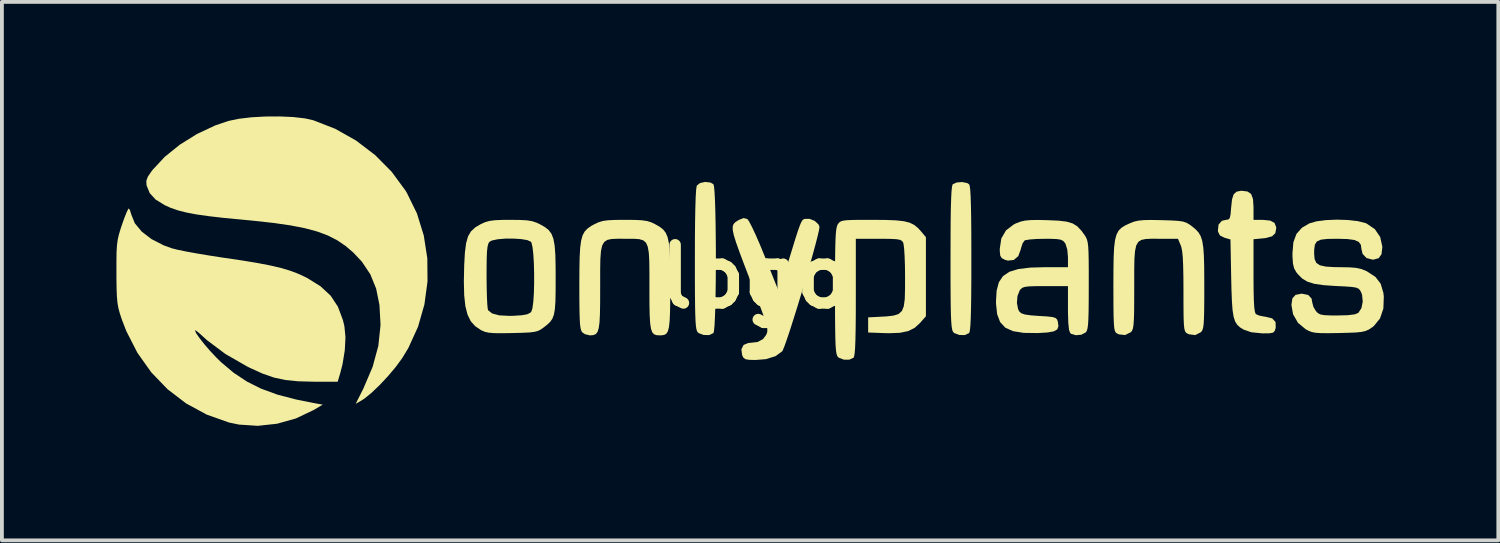
<source format=kicad_pcb>
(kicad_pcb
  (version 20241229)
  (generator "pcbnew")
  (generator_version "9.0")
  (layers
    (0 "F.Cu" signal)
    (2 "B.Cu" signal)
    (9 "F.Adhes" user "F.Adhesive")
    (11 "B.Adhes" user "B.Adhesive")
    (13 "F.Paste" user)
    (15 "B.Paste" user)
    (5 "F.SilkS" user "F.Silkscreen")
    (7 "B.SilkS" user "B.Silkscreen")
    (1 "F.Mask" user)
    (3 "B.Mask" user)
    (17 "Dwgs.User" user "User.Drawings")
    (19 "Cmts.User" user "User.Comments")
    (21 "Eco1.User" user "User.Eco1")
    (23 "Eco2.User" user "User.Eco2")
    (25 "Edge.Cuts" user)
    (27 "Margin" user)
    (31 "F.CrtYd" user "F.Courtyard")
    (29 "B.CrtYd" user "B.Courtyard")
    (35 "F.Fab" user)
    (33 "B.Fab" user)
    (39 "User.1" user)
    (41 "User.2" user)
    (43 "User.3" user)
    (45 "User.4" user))
  (footprint "logo"
    (layer "F.Cu")
    (at 16.74 4.197)
    (property "Reference" "logo" (at 0 0 0) (layer "F.SilkS") (effects (font (size 1.524 1.524) (thickness 0.3))))
    (attr board_only exclude_from_pos_files exclude_from_bom)
    (fp_poly (pts (xy -1.181 -2.466) (xy -1.101 -2.421) (xy -1.085 -2.356) (xy -1.071 -2.206) (xy -1.06 -1.983) (xy -1.051 -1.701) (xy -1.044 -1.373) (xy -1.04 -1.013) (xy -1.037 -0.634) (xy -1.038 -0.249) (xy -1.04 0.128) (xy -1.045 0.484) (xy -1.052 0.806) (xy -1.062 1.079) (xy -1.073 1.292) (xy -1.088 1.43) (xy -1.101 1.478) (xy -1.212 1.53) (xy -1.357 1.529) (xy -1.485 1.48) (xy -1.51 1.46) (xy -1.53 1.429) (xy -1.547 1.377) (xy -1.56 1.292) (xy -1.57 1.166) (xy -1.577 0.989) (xy -1.582 0.752) (xy -1.585 0.445) (xy -1.587 0.058) (xy -1.587 -0.418) (xy -1.587 -0.453) (xy -1.586 -0.981) (xy -1.582 -1.431) (xy -1.575 -1.8) (xy -1.566 -2.083) (xy -1.554 -2.277) (xy -1.539 -2.376) (xy -1.536 -2.385) (xy -1.451 -2.453) (xy -1.318 -2.481)) (stroke (width 0) (type solid)) (fill yes) (layer "F.SilkS"))
    (fp_poly (pts (xy 5.546 -2.452) (xy 5.596 -2.421) (xy 5.612 -2.377) (xy 5.626 -2.276) (xy 5.636 -2.111) (xy 5.644 -1.876) (xy 5.65 -1.565) (xy 5.654 -1.17) (xy 5.655 -0.685) (xy 5.655 -0.471) (xy 5.655 0.05) (xy 5.652 0.479) (xy 5.647 0.822) (xy 5.64 1.086) (xy 5.63 1.277) (xy 5.618 1.402) (xy 5.603 1.468) (xy 5.596 1.478) (xy 5.485 1.53) (xy 5.34 1.529) (xy 5.212 1.48) (xy 5.188 1.46) (xy 5.167 1.43) (xy 5.151 1.377) (xy 5.138 1.293) (xy 5.128 1.168) (xy 5.12 0.993) (xy 5.115 0.758) (xy 5.112 0.453) (xy 5.11 0.069) (xy 5.11 -0.402) (xy 5.11 -0.49) (xy 5.111 -1.009) (xy 5.113 -1.435) (xy 5.118 -1.776) (xy 5.126 -2.037) (xy 5.135 -2.226) (xy 5.148 -2.348) (xy 5.163 -2.412) (xy 5.169 -2.421) (xy 5.272 -2.467) (xy 5.414 -2.478)) (stroke (width 0) (type solid)) (fill yes) (layer "F.SilkS"))
    (fp_poly (pts (xy 12.892 -2.23) (xy 12.985 -2.164) (xy 13.033 -2.033) (xy 13.047 -1.823) (xy 13.047 -1.805) (xy 13.047 -1.488) (xy 13.285 -1.488) (xy 13.482 -1.469) (xy 13.597 -1.408) (xy 13.641 -1.297) (xy 13.642 -1.268) (xy 13.617 -1.137) (xy 13.533 -1.057) (xy 13.375 -1.013) (xy 13.301 -1.004) (xy 13.047 -0.98) (xy 13.047 -0.025) (xy 13.049 0.335) (xy 13.055 0.606) (xy 13.066 0.796) (xy 13.082 0.917) (xy 13.104 0.977) (xy 13.11 0.982) (xy 13.198 1.02) (xy 13.335 1.047) (xy 13.365 1.051) (xy 13.537 1.094) (xy 13.624 1.188) (xy 13.629 1.336) (xy 13.624 1.357) (xy 13.599 1.429) (xy 13.555 1.468) (xy 13.464 1.484) (xy 13.302 1.486) (xy 13.282 1.486) (xy 12.99 1.457) (xy 12.797 1.391) (xy 12.698 1.332) (xy 12.623 1.265) (xy 12.566 1.176) (xy 12.526 1.052) (xy 12.498 0.879) (xy 12.481 0.644) (xy 12.469 0.334) (xy 12.462 0.021) (xy 12.443 -0.974) (xy 12.286 -1.02) (xy 12.168 -1.078) (xy 12.118 -1.175) (xy 12.114 -1.206) (xy 12.131 -1.364) (xy 12.218 -1.463) (xy 12.328 -1.488) (xy 12.389 -1.497) (xy 12.426 -1.538) (xy 12.446 -1.632) (xy 12.46 -1.803) (xy 12.461 -1.811) (xy 12.484 -2.025) (xy 12.527 -2.157) (xy 12.602 -2.226) (xy 12.719 -2.249) (xy 12.745 -2.249)) (stroke (width 0) (type solid)) (fill yes) (layer "F.SilkS"))
    (fp_poly (pts (xy -12.107 -4.181) (xy -11.797 -4.145) (xy -11.584 -4.097) (xy -11.006 -3.872) (xy -10.461 -3.564) (xy -9.965 -3.186) (xy -9.531 -2.749) (xy -9.173 -2.262) (xy -9.135 -2.201) (xy -8.868 -1.656) (xy -8.689 -1.079) (xy -8.596 -0.48) (xy -8.591 0.126) (xy -8.672 0.728) (xy -8.839 1.312) (xy -9.092 1.867) (xy -9.256 2.138) (xy -9.423 2.365) (xy -9.625 2.605) (xy -9.843 2.838) (xy -10.055 3.041) (xy -10.242 3.193) (xy -10.316 3.241) (xy -10.473 3.333) (xy -10.272 2.933) (xy -10.029 2.364) (xy -9.879 1.812) (xy -9.823 1.282) (xy -9.823 1.237) (xy -9.85 0.74) (xy -9.937 0.312) (xy -10.089 -0.061) (xy -10.31 -0.392) (xy -10.536 -0.632) (xy -10.74 -0.806) (xy -10.957 -0.953) (xy -11.199 -1.077) (xy -11.477 -1.181) (xy -11.803 -1.269) (xy -12.189 -1.344) (xy -12.646 -1.409) (xy -13.185 -1.468) (xy -13.435 -1.492) (xy -13.92 -1.538) (xy -14.319 -1.584) (xy -14.646 -1.63) (xy -14.912 -1.681) (xy -15.132 -1.737) (xy -15.319 -1.802) (xy -15.476 -1.873) (xy -15.715 -2.021) (xy -15.868 -2.188) (xy -15.949 -2.387) (xy -15.952 -2.406) (xy -15.957 -2.509) (xy -15.919 -2.615) (xy -15.826 -2.753) (xy -15.794 -2.795) (xy -15.474 -3.139) (xy -15.078 -3.458) (xy -14.63 -3.737) (xy -14.153 -3.961) (xy -13.813 -4.077) (xy -13.542 -4.134) (xy -13.209 -4.174) (xy -12.84 -4.195) (xy -12.464 -4.197)) (stroke (width 0) (type solid)) (fill yes) (layer "F.SilkS"))
    (fp_poly (pts (xy -0.217 -1.511) (xy -0.211 -1.508) (xy -0.167 -1.446) (xy -0.094 -1.307) (xy 0.000354 -1.106) (xy 0.11 -0.856) (xy 0.226 -0.573) (xy 0.247 -0.522) (xy 0.619 0.41) (xy 0.76 -0.056) (xy 0.882 -0.461) (xy 0.98 -0.781) (xy 1.056 -1.027) (xy 1.115 -1.208) (xy 1.161 -1.336) (xy 1.196 -1.419) (xy 1.225 -1.469) (xy 1.251 -1.496) (xy 1.278 -1.509) (xy 1.29 -1.513) (xy 1.42 -1.514) (xy 1.554 -1.459) (xy 1.652 -1.368) (xy 1.677 -1.306) (xy 1.667 -1.228) (xy 1.631 -1.07) (xy 1.573 -0.845) (xy 1.498 -0.569) (xy 1.408 -0.255) (xy 1.31 0.084) (xy 1.206 0.432) (xy 1.102 0.775) (xy 1 1.1) (xy 0.907 1.393) (xy 0.825 1.638) (xy 0.759 1.823) (xy 0.714 1.933) (xy 0.701 1.954) (xy 0.526 2.083) (xy 0.275 2.161) (xy 0.000365 2.183) (xy -0.168 2.179) (xy -0.265 2.162) (xy -0.318 2.12) (xy -0.349 2.056) (xy -0.369 1.902) (xy -0.311 1.789) (xy -0.187 1.737) (xy -0.159 1.736) (xy 0.054 1.712) (xy 0.198 1.636) (xy 0.279 1.527) (xy 0.3 1.481) (xy 0.311 1.432) (xy 0.31 1.369) (xy 0.292 1.28) (xy 0.255 1.154) (xy 0.196 0.98) (xy 0.11 0.747) (xy -0.005 0.444) (xy -0.151 0.06) (xy -0.303 -0.336) (xy -0.421 -0.651) (xy -0.508 -0.895) (xy -0.565 -1.078) (xy -0.594 -1.212) (xy -0.597 -1.307) (xy -0.576 -1.373) (xy -0.533 -1.422) (xy -0.47 -1.465) (xy -0.43 -1.488) (xy -0.311 -1.535)) (stroke (width 0) (type solid)) (fill yes) (layer "F.SilkS"))
    (fp_poly (pts (xy 3.41 -1.485) (xy 3.681 -1.475) (xy 3.886 -1.452) (xy 4.039 -1.414) (xy 4.156 -1.356) (xy 4.255 -1.276) (xy 4.331 -1.194) (xy 4.465 -1.034) (xy 4.465 1.038) (xy 4.311 1.213) (xy 4.17 1.342) (xy 4.002 1.426) (xy 3.786 1.471) (xy 3.503 1.482) (xy 3.373 1.479) (xy 2.952 1.463) (xy 2.952 1.067) (xy 3.2 1.054) (xy 3.443 1.041) (xy 3.624 1.019) (xy 3.752 0.976) (xy 3.837 0.898) (xy 3.886 0.773) (xy 3.911 0.587) (xy 3.918 0.326) (xy 3.919 0.018) (xy 3.916 -0.28) (xy 3.907 -0.538) (xy 3.894 -0.739) (xy 3.877 -0.866) (xy 3.868 -0.896) (xy 3.837 -0.937) (xy 3.785 -0.965) (xy 3.694 -0.981) (xy 3.546 -0.989) (xy 3.323 -0.992) (xy 3.223 -0.992) (xy 2.629 -0.992) (xy 2.629 0.536) (xy 2.628 1.004) (xy 2.624 1.381) (xy 2.618 1.672) (xy 2.609 1.886) (xy 2.596 2.028) (xy 2.58 2.106) (xy 2.57 2.123) (xy 2.459 2.175) (xy 2.314 2.174) (xy 2.186 2.125) (xy 2.162 2.105) (xy 2.14 2.073) (xy 2.123 2.018) (xy 2.109 1.929) (xy 2.099 1.798) (xy 2.092 1.613) (xy 2.088 1.364) (xy 2.085 1.042) (xy 2.084 0.636) (xy 2.084 0.38) (xy 2.084 -0.078) (xy 2.086 -0.447) (xy 2.09 -0.737) (xy 2.096 -0.959) (xy 2.105 -1.122) (xy 2.117 -1.237) (xy 2.133 -1.315) (xy 2.152 -1.365) (xy 2.161 -1.378) (xy 2.194 -1.419) (xy 2.236 -1.448) (xy 2.304 -1.468) (xy 2.413 -1.48) (xy 2.579 -1.486) (xy 2.816 -1.488) (xy 3.055 -1.488)) (stroke (width 0) (type solid)) (fill yes) (layer "F.SilkS"))
    (fp_poly (pts (xy -3.162 -1.486) (xy -2.977 -1.477) (xy -2.842 -1.457) (xy -2.733 -1.424) (xy -2.63 -1.375) (xy -2.513 -1.309) (xy -2.422 -1.239) (xy -2.353 -1.153) (xy -2.303 -1.039) (xy -2.269 -0.884) (xy -2.248 -0.676) (xy -2.237 -0.401) (xy -2.233 -0.048) (xy -2.232 0.231) (xy -2.233 0.625) (xy -2.238 0.931) (xy -2.248 1.159) (xy -2.266 1.322) (xy -2.294 1.43) (xy -2.335 1.495) (xy -2.391 1.527) (xy -2.464 1.537) (xy -2.505 1.538) (xy -2.59 1.533) (xy -2.655 1.511) (xy -2.703 1.459) (xy -2.736 1.368) (xy -2.758 1.224) (xy -2.771 1.018) (xy -2.777 0.737) (xy -2.778 0.369) (xy -2.778 0.305) (xy -2.778 -0.087) (xy -2.781 -0.391) (xy -2.793 -0.618) (xy -2.82 -0.78) (xy -2.866 -0.887) (xy -2.938 -0.95) (xy -3.042 -0.982) (xy -3.181 -0.992) (xy -3.363 -0.992) (xy -3.423 -0.992) (xy -3.618 -0.993) (xy -3.769 -0.986) (xy -3.882 -0.962) (xy -3.962 -0.908) (xy -4.016 -0.815) (xy -4.047 -0.67) (xy -4.063 -0.462) (xy -4.068 -0.181) (xy -4.068 0.185) (xy -4.068 0.305) (xy -4.069 0.686) (xy -4.074 0.98) (xy -4.085 1.197) (xy -4.106 1.349) (xy -4.137 1.448) (xy -4.183 1.505) (xy -4.245 1.531) (xy -4.327 1.538) (xy -4.341 1.538) (xy -4.468 1.506) (xy -4.536 1.46) (xy -4.561 1.422) (xy -4.58 1.357) (xy -4.595 1.254) (xy -4.604 1.1) (xy -4.61 0.882) (xy -4.613 0.589) (xy -4.614 0.231) (xy -4.612 -0.18) (xy -4.606 -0.504) (xy -4.592 -0.754) (xy -4.567 -0.943) (xy -4.528 -1.083) (xy -4.472 -1.185) (xy -4.395 -1.264) (xy -4.296 -1.332) (xy -4.216 -1.375) (xy -4.11 -1.425) (xy -4.001 -1.458) (xy -3.865 -1.477) (xy -3.678 -1.486) (xy -3.423 -1.488)) (stroke (width 0) (type solid)) (fill yes) (layer "F.SilkS"))
    (fp_poly (pts (xy 10.637 -1.48) (xy 10.894 -1.472) (xy 11.074 -1.461) (xy 11.198 -1.443) (xy 11.289 -1.413) (xy 11.367 -1.368) (xy 11.432 -1.321) (xy 11.53 -1.24) (xy 11.606 -1.158) (xy 11.663 -1.061) (xy 11.704 -0.935) (xy 11.731 -0.767) (xy 11.747 -0.545) (xy 11.755 -0.254) (xy 11.757 0.118) (xy 11.757 0.264) (xy 11.757 0.626) (xy 11.754 0.902) (xy 11.749 1.105) (xy 11.74 1.248) (xy 11.726 1.343) (xy 11.706 1.404) (xy 11.68 1.443) (xy 11.667 1.456) (xy 11.521 1.531) (xy 11.358 1.51) (xy 11.308 1.487) (xy 11.276 1.464) (xy 11.252 1.426) (xy 11.235 1.361) (xy 11.223 1.254) (xy 11.216 1.093) (xy 11.213 0.864) (xy 11.212 0.555) (xy 11.212 0.394) (xy 11.21 0.012) (xy 11.204 -0.284) (xy 11.194 -0.505) (xy 11.178 -0.664) (xy 11.156 -0.775) (xy 11.14 -0.82) (xy 11.068 -0.992) (xy 10.572 -0.992) (xy 10.375 -0.993) (xy 10.223 -0.986) (xy 10.109 -0.962) (xy 10.028 -0.909) (xy 9.974 -0.815) (xy 9.943 -0.67) (xy 9.927 -0.463) (xy 9.922 -0.181) (xy 9.922 0.185) (xy 9.922 0.301) (xy 9.921 0.657) (xy 9.919 0.927) (xy 9.913 1.124) (xy 9.903 1.261) (xy 9.889 1.352) (xy 9.868 1.41) (xy 9.84 1.448) (xy 9.831 1.456) (xy 9.683 1.53) (xy 9.517 1.511) (xy 9.463 1.484) (xy 9.436 1.461) (xy 9.415 1.419) (xy 9.399 1.345) (xy 9.389 1.229) (xy 9.382 1.058) (xy 9.378 0.82) (xy 9.377 0.503) (xy 9.376 0.233) (xy 9.378 -0.184) (xy 9.383 -0.514) (xy 9.396 -0.769) (xy 9.42 -0.961) (xy 9.458 -1.102) (xy 9.512 -1.204) (xy 9.587 -1.28) (xy 9.685 -1.341) (xy 9.803 -1.396) (xy 9.914 -1.44) (xy 10.03 -1.467) (xy 10.175 -1.481) (xy 10.371 -1.485)) (stroke (width 0) (type solid)) (fill yes) (layer "F.SilkS"))
    (fp_poly (pts (xy -16.386 -1.743) (xy -16.354 -1.639) (xy -16.352 -1.629) (xy -16.258 -1.398) (xy -16.077 -1.18) (xy -15.822 -0.984) (xy -15.505 -0.821) (xy -15.287 -0.742) (xy -15.141 -0.705) (xy -14.917 -0.659) (xy -14.636 -0.608) (xy -14.318 -0.555) (xy -13.984 -0.503) (xy -13.923 -0.494) (xy -13.435 -0.422) (xy -13.033 -0.355) (xy -12.701 -0.291) (xy -12.426 -0.226) (xy -12.193 -0.157) (xy -11.988 -0.08) (xy -11.798 0.008) (xy -11.744 0.035) (xy -11.393 0.253) (xy -11.128 0.499) (xy -10.937 0.789) (xy -10.806 1.14) (xy -10.768 1.3) (xy -10.74 1.587) (xy -10.758 1.93) (xy -10.818 2.298) (xy -10.878 2.53) (xy -10.944 2.753) (xy -11.586 2.752) (xy -11.986 2.741) (xy -12.32 2.707) (xy -12.619 2.642) (xy -12.917 2.538) (xy -13.244 2.389) (xy -13.32 2.351) (xy -13.884 2.027) (xy -14.362 1.669) (xy -14.498 1.546) (xy -14.602 1.453) (xy -14.67 1.406) (xy -14.684 1.406) (xy -14.652 1.481) (xy -14.565 1.607) (xy -14.439 1.767) (xy -14.289 1.942) (xy -14.13 2.112) (xy -13.996 2.243) (xy -13.668 2.519) (xy -13.324 2.747) (xy -12.949 2.935) (xy -12.524 3.09) (xy -12.031 3.219) (xy -11.559 3.313) (xy -11.336 3.353) (xy -11.578 3.496) (xy -12.039 3.715) (xy -12.532 3.853) (xy -13.037 3.908) (xy -13.533 3.875) (xy -13.791 3.821) (xy -14.375 3.614) (xy -14.913 3.322) (xy -15.399 2.951) (xy -15.827 2.507) (xy -16.19 1.996) (xy -16.482 1.425) (xy -16.601 1.116) (xy -16.652 0.96) (xy -16.689 0.823) (xy -16.713 0.683) (xy -16.728 0.519) (xy -16.736 0.307) (xy -16.74 0.027) (xy -16.74 -0.099) (xy -16.74 -0.408) (xy -16.737 -0.64) (xy -16.726 -0.818) (xy -16.707 -0.965) (xy -16.676 -1.102) (xy -16.631 -1.252) (xy -16.598 -1.352) (xy -16.531 -1.541) (xy -16.472 -1.689) (xy -16.43 -1.774) (xy -16.418 -1.786)) (stroke (width 0) (type solid)) (fill yes) (layer "F.SilkS"))
    (fp_poly (pts (xy -6.168 -1.485) (xy -5.984 -1.475) (xy -5.848 -1.452) (xy -5.734 -1.414) (xy -5.655 -1.377) (xy -5.521 -1.302) (xy -5.419 -1.222) (xy -5.344 -1.123) (xy -5.293 -0.99) (xy -5.26 -0.81) (xy -5.242 -0.569) (xy -5.235 -0.252) (xy -5.234 0.025) (xy -5.235 0.377) (xy -5.24 0.646) (xy -5.254 0.846) (xy -5.279 0.992) (xy -5.319 1.1) (xy -5.377 1.184) (xy -5.459 1.261) (xy -5.54 1.325) (xy -5.619 1.382) (xy -5.695 1.421) (xy -5.789 1.446) (xy -5.92 1.462) (xy -6.11 1.471) (xy -6.371 1.478) (xy -6.647 1.482) (xy -6.845 1.48) (xy -6.986 1.468) (xy -7.089 1.445) (xy -7.175 1.408) (xy -7.193 1.399) (xy -7.343 1.297) (xy -7.458 1.168) (xy -7.542 0.997) (xy -7.599 0.775) (xy -7.63 0.489) (xy -7.639 0.128) (xy -7.636 -0.009) (xy -7.044 -0.009) (xy -7.041 0.271) (xy -7.035 0.517) (xy -7.026 0.713) (xy -7.014 0.84) (xy -7.005 0.878) (xy -6.899 0.964) (xy -6.713 1.014) (xy -6.439 1.028) (xy -6.33 1.025) (xy -6.118 1.011) (xy -5.983 0.987) (xy -5.903 0.949) (xy -5.871 0.916) (xy -5.842 0.826) (xy -5.82 0.66) (xy -5.805 0.438) (xy -5.798 0.182) (xy -5.798 -0.087) (xy -5.805 -0.35) (xy -5.819 -0.585) (xy -5.84 -0.771) (xy -5.868 -0.889) (xy -5.882 -0.914) (xy -5.976 -0.957) (xy -6.139 -0.984) (xy -6.342 -0.997) (xy -6.557 -0.996) (xy -6.753 -0.979) (xy -6.902 -0.948) (xy -6.967 -0.914) (xy -6.996 -0.869) (xy -7.017 -0.793) (xy -7.032 -0.671) (xy -7.04 -0.489) (xy -7.043 -0.233) (xy -7.044 -0.009) (xy -7.636 -0.009) (xy -7.63 -0.297) (xy -7.612 -0.625) (xy -7.581 -0.872) (xy -7.53 -1.054) (xy -7.452 -1.187) (xy -7.341 -1.29) (xy -7.194 -1.377) (xy -7.08 -1.428) (xy -6.961 -1.461) (xy -6.813 -1.479) (xy -6.609 -1.487) (xy -6.424 -1.488)) (stroke (width 0) (type solid)) (fill yes) (layer "F.SilkS"))
    (fp_poly (pts (xy 7.64 -1.48) (xy 7.934 -1.467) (xy 8.15 -1.441) (xy 8.309 -1.394) (xy 8.431 -1.318) (xy 8.538 -1.204) (xy 8.62 -1.092) (xy 8.655 -1.036) (xy 8.682 -0.977) (xy 8.702 -0.901) (xy 8.716 -0.795) (xy 8.724 -0.645) (xy 8.729 -0.437) (xy 8.731 -0.158) (xy 8.731 0.206) (xy 8.731 0.227) (xy 8.73 0.603) (xy 8.727 0.893) (xy 8.721 1.107) (xy 8.712 1.259) (xy 8.697 1.361) (xy 8.678 1.424) (xy 8.653 1.46) (xy 8.537 1.521) (xy 8.392 1.534) (xy 8.267 1.496) (xy 8.245 1.478) (xy 8.214 1.393) (xy 8.195 1.21) (xy 8.186 0.929) (xy 8.186 0.833) (xy 8.186 0.248) (xy 7.593 0.248) (xy 7.341 0.249) (xy 7.168 0.255) (xy 7.058 0.268) (xy 6.99 0.292) (xy 6.946 0.329) (xy 6.923 0.358) (xy 6.864 0.507) (xy 6.849 0.688) (xy 6.88 0.853) (xy 6.912 0.914) (xy 6.965 0.96) (xy 7.06 0.992) (xy 7.215 1.014) (xy 7.433 1.03) (xy 7.648 1.043) (xy 7.784 1.059) (xy 7.861 1.083) (xy 7.9 1.121) (xy 7.921 1.179) (xy 7.921 1.18) (xy 7.937 1.299) (xy 7.907 1.38) (xy 7.818 1.432) (xy 7.656 1.462) (xy 7.41 1.477) (xy 7.387 1.478) (xy 7.024 1.473) (xy 6.747 1.428) (xy 6.544 1.336) (xy 6.409 1.19) (xy 6.331 0.984) (xy 6.302 0.711) (xy 6.301 0.645) (xy 6.318 0.366) (xy 6.375 0.149) (xy 6.483 -0.013) (xy 6.65 -0.127) (xy 6.886 -0.199) (xy 7.2 -0.237) (xy 7.553 -0.247) (xy 8.186 -0.248) (xy 8.186 -0.51) (xy 8.169 -0.707) (xy 8.124 -0.855) (xy 8.108 -0.882) (xy 8.063 -0.934) (xy 8.001 -0.967) (xy 7.901 -0.984) (xy 7.741 -0.991) (xy 7.575 -0.991) (xy 7.366 -0.987) (xy 7.19 -0.974) (xy 7.075 -0.956) (xy 7.05 -0.947) (xy 6.998 -0.873) (xy 6.956 -0.744) (xy 6.95 -0.714) (xy 6.885 -0.538) (xy 6.767 -0.437) (xy 6.612 -0.42) (xy 6.536 -0.441) (xy 6.453 -0.484) (xy 6.412 -0.55) (xy 6.4 -0.672) (xy 6.4 -0.731) (xy 6.44 -0.999) (xy 6.562 -1.211) (xy 6.766 -1.367) (xy 6.827 -1.397) (xy 6.94 -1.44) (xy 7.059 -1.468) (xy 7.206 -1.482) (xy 7.407 -1.485)) (stroke (width 0) (type solid)) (fill yes) (layer "F.SilkS"))
    (fp_poly (pts (xy 15.519 -1.484) (xy 15.78 -1.454) (xy 15.982 -1.403) (xy 16.01 -1.391) (xy 16.225 -1.244) (xy 16.365 -1.039) (xy 16.42 -0.792) (xy 16.421 -0.766) (xy 16.399 -0.586) (xy 16.326 -0.484) (xy 16.193 -0.447) (xy 16.166 -0.446) (xy 16.008 -0.487) (xy 15.904 -0.596) (xy 15.875 -0.719) (xy 15.859 -0.833) (xy 15.803 -0.911) (xy 15.691 -0.96) (xy 15.51 -0.985) (xy 15.246 -0.992) (xy 15.228 -0.992) (xy 14.977 -0.988) (xy 14.809 -0.968) (xy 14.707 -0.922) (xy 14.655 -0.84) (xy 14.637 -0.71) (xy 14.635 -0.606) (xy 14.647 -0.461) (xy 14.692 -0.361) (xy 14.786 -0.297) (xy 14.942 -0.263) (xy 15.176 -0.249) (xy 15.31 -0.248) (xy 15.557 -0.244) (xy 15.734 -0.23) (xy 15.868 -0.201) (xy 15.99 -0.153) (xy 16.023 -0.136) (xy 16.242 0.008) (xy 16.378 0.186) (xy 16.448 0.421) (xy 16.46 0.52) (xy 16.449 0.835) (xy 16.36 1.096) (xy 16.197 1.296) (xy 16.139 1.339) (xy 16.059 1.39) (xy 15.976 1.425) (xy 15.873 1.448) (xy 15.727 1.463) (xy 15.52 1.471) (xy 15.284 1.477) (xy 15.008 1.481) (xy 14.811 1.48) (xy 14.672 1.47) (xy 14.57 1.45) (xy 14.485 1.416) (xy 14.412 1.377) (xy 14.212 1.21) (xy 14.083 0.986) (xy 14.04 0.742) (xy 14.064 0.572) (xy 14.147 0.478) (xy 14.299 0.447) (xy 14.312 0.446) (xy 14.478 0.479) (xy 14.568 0.574) (xy 14.585 0.674) (xy 14.616 0.792) (xy 14.68 0.9) (xy 14.732 0.955) (xy 14.796 0.989) (xy 14.894 1.008) (xy 15.049 1.016) (xy 15.243 1.017) (xy 15.516 1.01) (xy 15.697 0.988) (xy 15.792 0.95) (xy 15.873 0.827) (xy 15.908 0.655) (xy 15.891 0.478) (xy 15.867 0.413) (xy 15.836 0.354) (xy 15.797 0.314) (xy 15.733 0.287) (xy 15.625 0.27) (xy 15.455 0.257) (xy 15.204 0.245) (xy 15.2 0.245) (xy 14.881 0.223) (xy 14.641 0.188) (xy 14.462 0.133) (xy 14.325 0.052) (xy 14.21 -0.063) (xy 14.17 -0.113) (xy 14.112 -0.214) (xy 14.08 -0.342) (xy 14.068 -0.525) (xy 14.067 -0.611) (xy 14.091 -0.9) (xy 14.171 -1.118) (xy 14.314 -1.28) (xy 14.506 -1.394) (xy 14.692 -1.448) (xy 14.944 -1.481) (xy 15.23 -1.493)) (stroke (width 0) (type solid)) (fill yes) (layer "F.SilkS")))
  (gr_rect
    (start -3 -3)
    (end 36.2 11.105)
    (stroke (width 0.1) (type default))
    (fill no)
    (layer "Edge.Cuts")))
</source>
